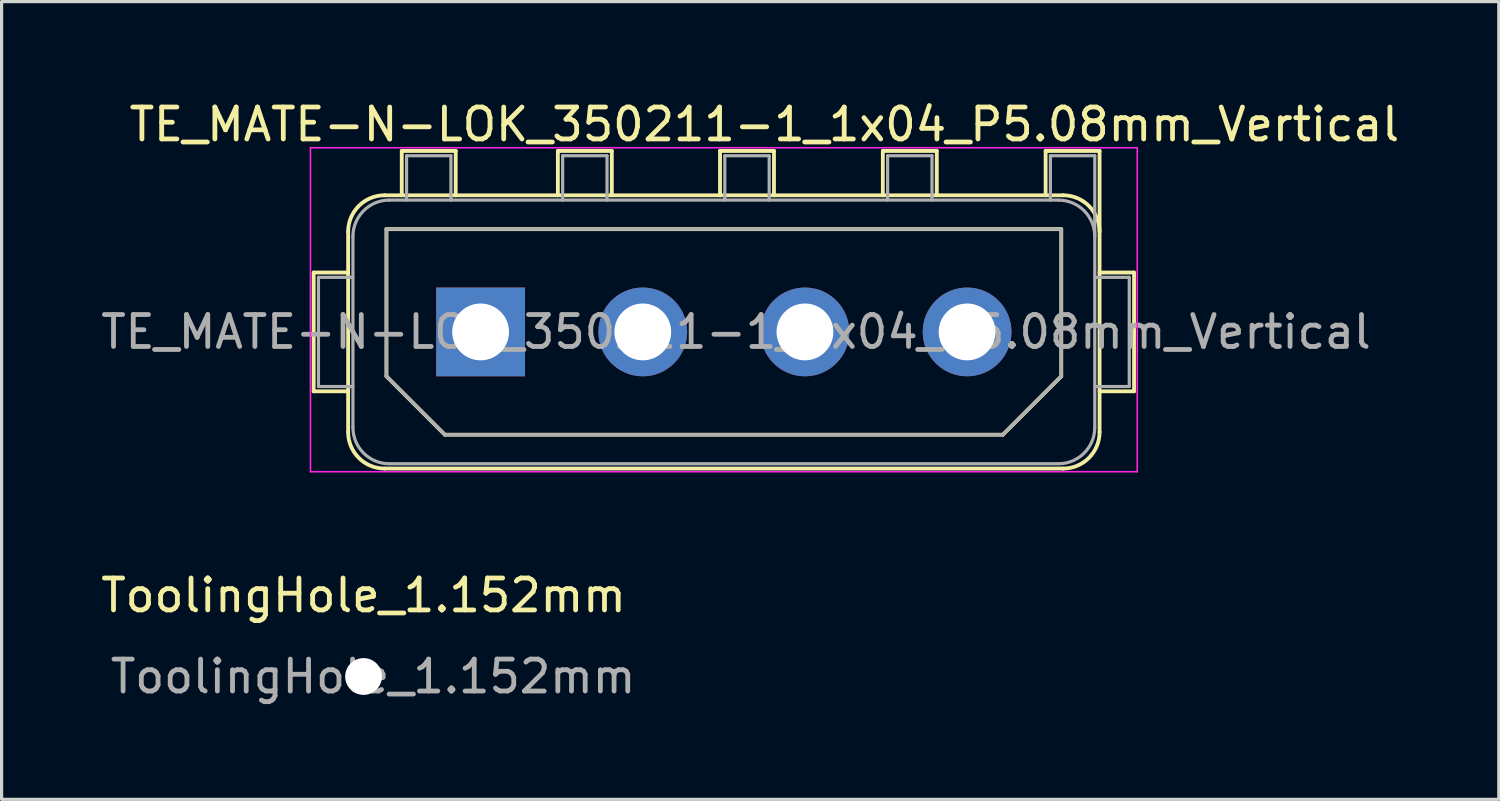
<source format=kicad_pcb>
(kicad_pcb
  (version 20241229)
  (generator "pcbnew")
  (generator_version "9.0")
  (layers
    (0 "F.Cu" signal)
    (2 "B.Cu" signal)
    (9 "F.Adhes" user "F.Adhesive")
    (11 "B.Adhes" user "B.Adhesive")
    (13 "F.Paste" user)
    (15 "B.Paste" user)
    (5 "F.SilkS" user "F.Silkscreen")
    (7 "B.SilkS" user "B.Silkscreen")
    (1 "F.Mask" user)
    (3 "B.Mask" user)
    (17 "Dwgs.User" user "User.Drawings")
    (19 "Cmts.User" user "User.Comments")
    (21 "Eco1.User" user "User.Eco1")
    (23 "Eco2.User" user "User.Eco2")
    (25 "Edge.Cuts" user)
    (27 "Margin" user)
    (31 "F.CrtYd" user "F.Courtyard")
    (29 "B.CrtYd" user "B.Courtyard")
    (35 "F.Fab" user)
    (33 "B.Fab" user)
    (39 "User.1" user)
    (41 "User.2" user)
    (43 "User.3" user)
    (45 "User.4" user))
  (footprint "TE_MATE-N-LOK_350211-1_1x04_P5.08mm_Vertical"
    (layer "F.Cu")
    (at 12.006 7.348)
    (property "Reference" "TE_MATE-N-LOK_350211-1_1x04_P5.08mm_Vertical" (at 8.89 -6.5 0) (layer "F.SilkS") (effects (font (size 1 1) (thickness 0.15))))
    (attr through_hole)
    (fp_line (start -5.23 -1.86) (end -4.15 -1.86) (stroke (width 0.12) (type solid)) (layer "F.SilkS"))
    (fp_line (start -5.23 1.86) (end -5.23 -1.86) (stroke (width 0.12) (type solid)) (layer "F.SilkS"))
    (fp_line (start -4.15 -3.14) (end -4.15 3.14) (stroke (width 0.12) (type solid)) (layer "F.SilkS"))
    (fp_line (start -4.15 1.86) (end -5.23 1.86) (stroke (width 0.12) (type solid)) (layer "F.SilkS"))
    (fp_line (start -3.01 4.28) (end 18.25 4.28) (stroke (width 0.12) (type solid)) (layer "F.SilkS"))
    (fp_line (start -2.95 -3.22) (end 18.19 -3.22) (stroke (width 0.12) (type solid)) (layer "F.SilkS"))
    (fp_line (start -2.95 1.39) (end -2.95 -3.22) (stroke (width 0.12) (type solid)) (layer "F.SilkS"))
    (fp_line (start -2.47 -5.67) (end -0.78 -5.67) (stroke (width 0.12) (type solid)) (layer "F.SilkS"))
    (fp_line (start -2.47 -4.28) (end -2.47 -5.67) (stroke (width 0.12) (type solid)) (layer "F.SilkS"))
    (fp_line (start -1.12 3.22) (end -2.95 1.39) (stroke (width 0.12) (type solid)) (layer "F.SilkS"))
    (fp_line (start -0.78 -5.67) (end -0.78 -4.28) (stroke (width 0.12) (type solid)) (layer "F.SilkS"))
    (fp_line (start 2.42 -5.67) (end 4.11 -5.67) (stroke (width 0.12) (type solid)) (layer "F.SilkS"))
    (fp_line (start 2.42 -4.28) (end 2.42 -5.67) (stroke (width 0.12) (type solid)) (layer "F.SilkS"))
    (fp_line (start 4.11 -5.67) (end 4.11 -4.28) (stroke (width 0.12) (type solid)) (layer "F.SilkS"))
    (fp_line (start 7.5 -5.67) (end 9.19 -5.67) (stroke (width 0.12) (type solid)) (layer "F.SilkS"))
    (fp_line (start 7.5 -4.28) (end 7.5 -5.67) (stroke (width 0.12) (type solid)) (layer "F.SilkS"))
    (fp_line (start 9.19 -5.67) (end 9.19 -4.28) (stroke (width 0.12) (type solid)) (layer "F.SilkS"))
    (fp_line (start 12.6 -5.67) (end 14.29 -5.67) (stroke (width 0.12) (type solid)) (layer "F.SilkS"))
    (fp_line (start 12.6 -4.28) (end 12.6 -5.67) (stroke (width 0.12) (type solid)) (layer "F.SilkS"))
    (fp_line (start 14.29 -5.67) (end 14.29 -4.28) (stroke (width 0.12) (type solid)) (layer "F.SilkS"))
    (fp_line (start 16.36 3.22) (end -1.12 3.22) (stroke (width 0.12) (type solid)) (layer "F.SilkS"))
    (fp_line (start 17.7 -5.67) (end 19.39 -5.67) (stroke (width 0.12) (type solid)) (layer "F.SilkS"))
    (fp_line (start 17.7 -4.28) (end 17.7 -5.67) (stroke (width 0.12) (type solid)) (layer "F.SilkS"))
    (fp_line (start 18.19 -3.22) (end 18.19 1.39) (stroke (width 0.12) (type solid)) (layer "F.SilkS"))
    (fp_line (start 18.19 1.39) (end 16.36 3.22) (stroke (width 0.12) (type solid)) (layer "F.SilkS"))
    (fp_line (start 18.25 -4.28) (end -3.01 -4.28) (stroke (width 0.12) (type solid)) (layer "F.SilkS"))
    (fp_line (start 19.39 1.86) (end 20.47 1.86) (stroke (width 0.12) (type solid)) (layer "F.SilkS"))
    (fp_line (start 19.39 3.14) (end 19.39 -5.67) (stroke (width 0.12) (type solid)) (layer "F.SilkS"))
    (fp_line (start 20.47 -1.86) (end 19.39 -1.86) (stroke (width 0.12) (type solid)) (layer "F.SilkS"))
    (fp_line (start 20.47 1.86) (end 20.47 -1.86) (stroke (width 0.12) (type solid)) (layer "F.SilkS"))
    (fp_arc (start -4.15 -3.14) (mid -3.816102 -3.946102) (end -3.01 -4.28) (stroke (width 0.12) (type solid)) (layer "F.SilkS"))
    (fp_arc (start -3.01 4.28) (mid -3.816102 3.946102) (end -4.15 3.14) (stroke (width 0.12) (type solid)) (layer "F.SilkS"))
    (fp_arc (start 18.25 -4.28) (mid 19.056102 -3.946102) (end 19.39 -3.14) (stroke (width 0.12) (type solid)) (layer "F.SilkS"))
    (fp_arc (start 19.39 3.14) (mid 19.056102 3.946102) (end 18.25 4.28) (stroke (width 0.12) (type solid)) (layer "F.SilkS"))
    (fp_line (start -5.33 -5.77) (end -5.33 4.38) (stroke (width 0.05) (type solid)) (layer "F.CrtYd"))
    (fp_line (start -5.33 4.38) (end 20.57 4.38) (stroke (width 0.05) (type solid)) (layer "F.CrtYd"))
    (fp_line (start 20.57 -5.77) (end -5.33 -5.77) (stroke (width 0.05) (type solid)) (layer "F.CrtYd"))
    (fp_line (start 20.57 4.38) (end 20.57 -5.77) (stroke (width 0.05) (type solid)) (layer "F.CrtYd"))
    (fp_line (start -5.08 -1.71) (end -4 -1.71) (stroke (width 0.1) (type solid)) (layer "F.Fab"))
    (fp_line (start -5.08 1.71) (end -5.08 -1.71) (stroke (width 0.1) (type solid)) (layer "F.Fab"))
    (fp_line (start -4 -2.99) (end -4 2.99) (stroke (width 0.1) (type solid)) (layer "F.Fab"))
    (fp_line (start -4 1.71) (end -5.08 1.71) (stroke (width 0.1) (type solid)) (layer "F.Fab"))
    (fp_line (start -2.95 -3.22) (end 18.19 -3.22) (stroke (width 0.1) (type solid)) (layer "F.Fab"))
    (fp_line (start -2.95 1.39) (end -2.95 -3.22) (stroke (width 0.1) (type solid)) (layer "F.Fab"))
    (fp_line (start -2.86 4.13) (end 18.1 4.13) (stroke (width 0.1) (type solid)) (layer "F.Fab"))
    (fp_line (start -2.32 -5.52) (end -0.93 -5.52) (stroke (width 0.1) (type solid)) (layer "F.Fab"))
    (fp_line (start -2.32 -4.13) (end -2.32 -5.52) (stroke (width 0.1) (type solid)) (layer "F.Fab"))
    (fp_line (start -1.12 3.22) (end -2.95 1.39) (stroke (width 0.1) (type solid)) (layer "F.Fab"))
    (fp_line (start -0.93 -5.52) (end -0.93 -4.13) (stroke (width 0.1) (type solid)) (layer "F.Fab"))
    (fp_line (start 2.57 -5.52) (end 3.96 -5.52) (stroke (width 0.1) (type solid)) (layer "F.Fab"))
    (fp_line (start 2.57 -4.13) (end 2.57 -5.52) (stroke (width 0.1) (type solid)) (layer "F.Fab"))
    (fp_line (start 3.96 -5.52) (end 3.96 -4.13) (stroke (width 0.1) (type solid)) (layer "F.Fab"))
    (fp_line (start 7.65 -5.52) (end 9.04 -5.52) (stroke (width 0.1) (type solid)) (layer "F.Fab"))
    (fp_line (start 7.65 -4.13) (end 7.65 -5.52) (stroke (width 0.1) (type solid)) (layer "F.Fab"))
    (fp_line (start 9.04 -5.52) (end 9.04 -4.13) (stroke (width 0.1) (type solid)) (layer "F.Fab"))
    (fp_line (start 12.75 -5.52) (end 14.14 -5.52) (stroke (width 0.1) (type solid)) (layer "F.Fab"))
    (fp_line (start 12.75 -4.13) (end 12.75 -5.52) (stroke (width 0.1) (type solid)) (layer "F.Fab"))
    (fp_line (start 14.14 -5.52) (end 14.14 -4.13) (stroke (width 0.1) (type solid)) (layer "F.Fab"))
    (fp_line (start 16.36 3.22) (end -1.12 3.22) (stroke (width 0.1) (type solid)) (layer "F.Fab"))
    (fp_line (start 17.85 -5.52) (end 19.24 -5.52) (stroke (width 0.1) (type solid)) (layer "F.Fab"))
    (fp_line (start 17.85 -4.13) (end 17.85 -5.52) (stroke (width 0.1) (type solid)) (layer "F.Fab"))
    (fp_line (start 18.1 -4.13) (end -2.86 -4.13) (stroke (width 0.1) (type solid)) (layer "F.Fab"))
    (fp_line (start 18.19 -3.22) (end 18.19 1.39) (stroke (width 0.1) (type solid)) (layer "F.Fab"))
    (fp_line (start 18.19 1.39) (end 16.36 3.22) (stroke (width 0.1) (type solid)) (layer "F.Fab"))
    (fp_line (start 19.24 1.71) (end 20.32 1.71) (stroke (width 0.1) (type solid)) (layer "F.Fab"))
    (fp_line (start 19.24 2.99) (end 19.24 -5.52) (stroke (width 0.1) (type solid)) (layer "F.Fab"))
    (fp_line (start 20.32 -1.71) (end 19.24 -1.71) (stroke (width 0.1) (type solid)) (layer "F.Fab"))
    (fp_line (start 20.32 1.71) (end 20.32 -1.71) (stroke (width 0.1) (type solid)) (layer "F.Fab"))
    (fp_arc (start -4 -2.99) (mid -3.666102 -3.796102) (end -2.86 -4.13) (stroke (width 0.1) (type solid)) (layer "F.Fab"))
    (fp_arc (start -2.86 4.13) (mid -3.666102 3.796102) (end -4 2.99) (stroke (width 0.1) (type solid)) (layer "F.Fab"))
    (fp_arc (start 18.1 -4.13) (mid 18.906102 -3.796102) (end 19.24 -2.99) (stroke (width 0.1) (type solid)) (layer "F.Fab"))
    (fp_arc (start 19.24 2.99) (mid 18.906102 3.796102) (end 18.1 4.13) (stroke (width 0.1) (type solid)) (layer "F.Fab"))
    (fp_text user "${REFERENCE}" (at 8 0 0) (layer "F.Fab") (effects (font (size 1 1) (thickness 0.15))))
    (pad "1" thru_hole rect (at 0 0) (size 2.78 2.78) (drill 1.78) (layers "*.Cu" "*.Mask"))
    (pad "2" thru_hole circle (at 5.08 0) (size 2.78 2.78) (drill 1.78) (layers "*.Cu" "*.Mask"))
    (pad "3" thru_hole circle (at 10.16 0) (size 2.78 2.78) (drill 1.78) (layers "*.Cu" "*.Mask"))
    (pad "4" thru_hole circle (at 15.24 0) (size 2.78 2.78) (drill 1.78) (layers "*.Cu" "*.Mask")))
  (footprint "ToolingHole_1.152mm"
    (layer "F.Cu")
    (at 8.339 18.142)
    (property "Reference" "ToolingHole_1.152mm" (at 0 -2.54 0) (layer "F.SilkS") (effects (font (size 1 1) (thickness 0.15))))
    (attr exclude_from_pos_files exclude_from_bom)
    (fp_text user "${REFERENCE}" (at 0.3 0 0) (layer "F.Fab") (effects (font (size 1 1) (thickness 0.15))))
    (pad "" np_thru_hole circle (at 0 0) (size 1.152 1.152) (drill 1.152) (layers "*.Cu" "*.Mask")))
  (gr_rect
    (start -3 -3)
    (end 43.902 21.99)
    (stroke (width 0.1) (type default))
    (fill no)
    (layer "Edge.Cuts")))
</source>
